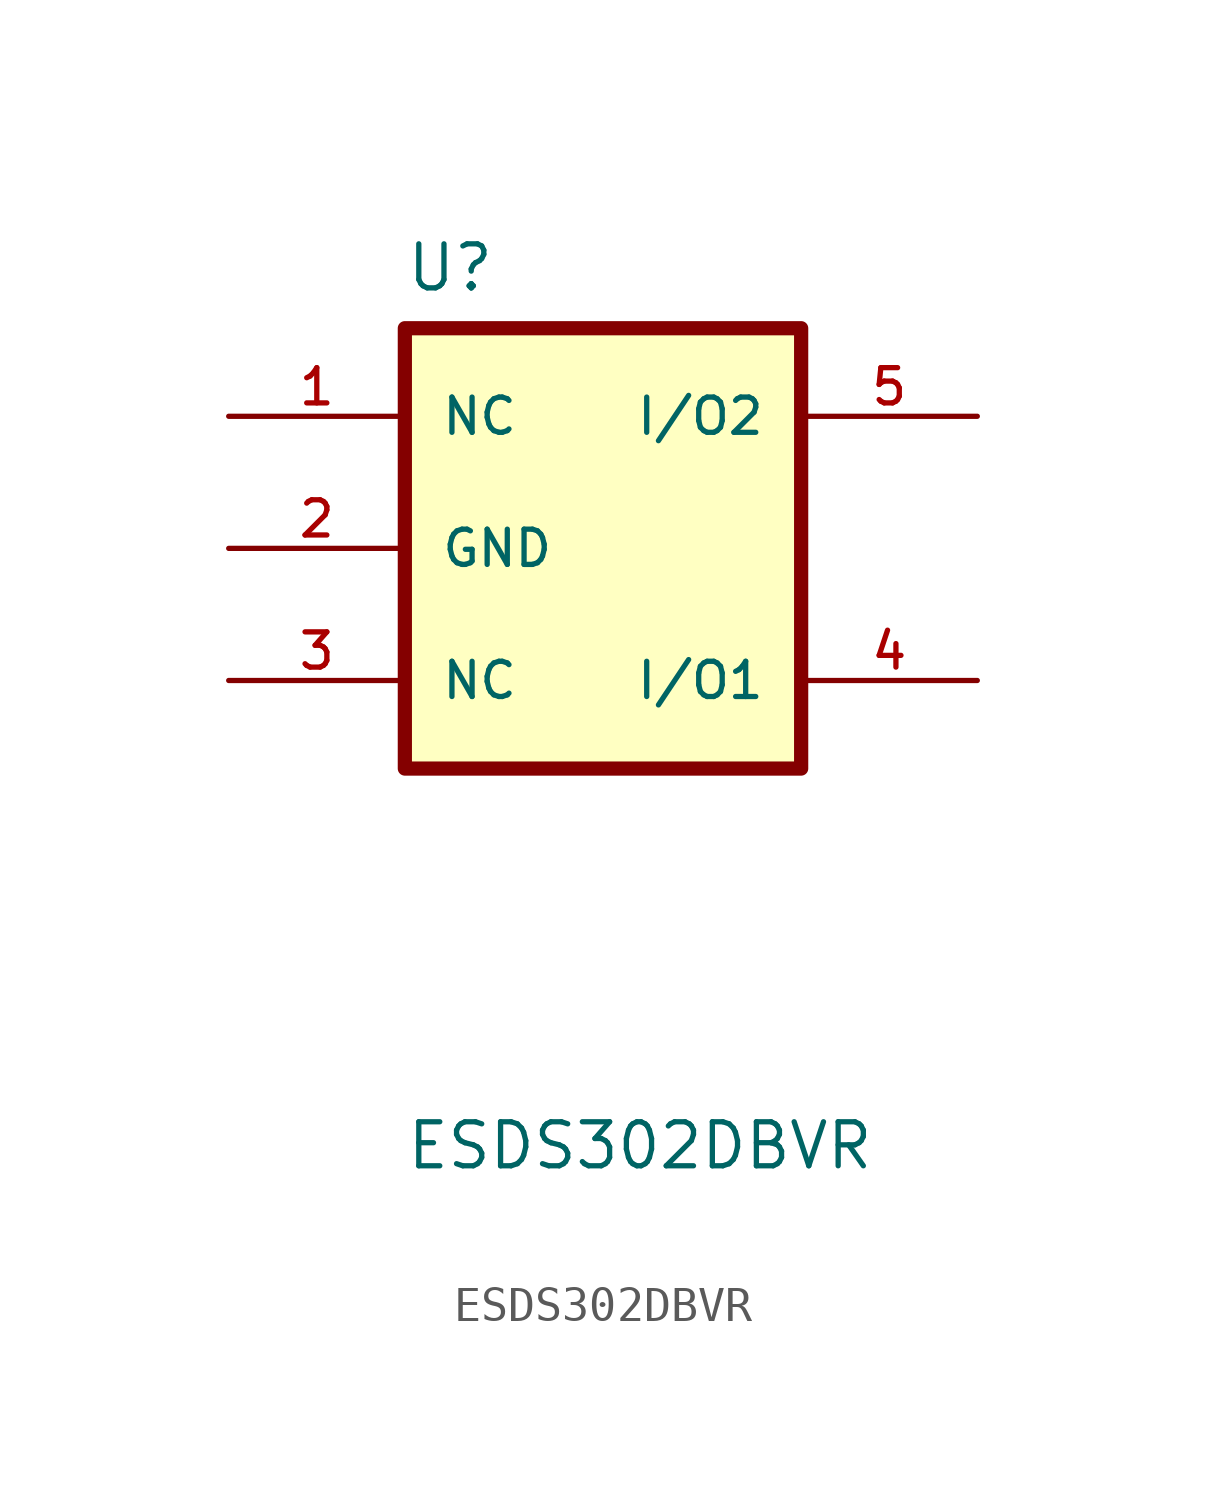
<source format=kicad_sym>
(kicad_symbol_lib
  (version 20231120)
  (generator "kicad_symbol_editor")
  (generator_version "8.0")
  (symbol "ESDS302DBVR"
    (pin_names
      (offset 1.016))
    (property "Reference" "U"
      (at -12.7 11.16 0)
      (effects (font (size 1.27 1.27)) (justify left bottom)))
    (property "Value" "ESDS302DBVR"
      (at -12.7 -14.16 0)
      (effects (font (size 1.27 1.27)) (justify left bottom)))
    (symbol "ESDS302DBVR_0_0"
      (rectangle (start -12.7 10.16) (end -1.27 -2.54) (stroke (width 0.41) (type default)) (fill (type background))))
    (symbol "ESDS302DBVR_1_0"
      (pin tri_state line (at -17.78 7.62 0) (length 5.08) (name "NC" (effects (font (size 1.016 1.016)))) (number "1" (effects (font (size 1.016 1.016)))))
      (pin power_in line (at -17.78 3.81 0) (length 5.08) (name "GND" (effects (font (size 1.016 1.016)))) (number "2" (effects (font (size 1.016 1.016)))))
      (pin bidirectional line (at -17.78 0 0) (length 5.08) (name "NC" (effects (font (size 1.016 1.016)))) (number "3" (effects (font (size 1.016 1.016)))))
      (pin bidirectional line (at 3.81 0 180) (length 5.08) (name "I/O1" (effects (font (size 1.016 1.016)))) (number "4" (effects (font (size 1.016 1.016)))))
      (pin bidirectional line (at 3.81 7.62 180) (length 5.08) (name "I/O2" (effects (font (size 1.016 1.016)))) (number "5" (effects (font (size 1.016 1.016))))))))
</source>
